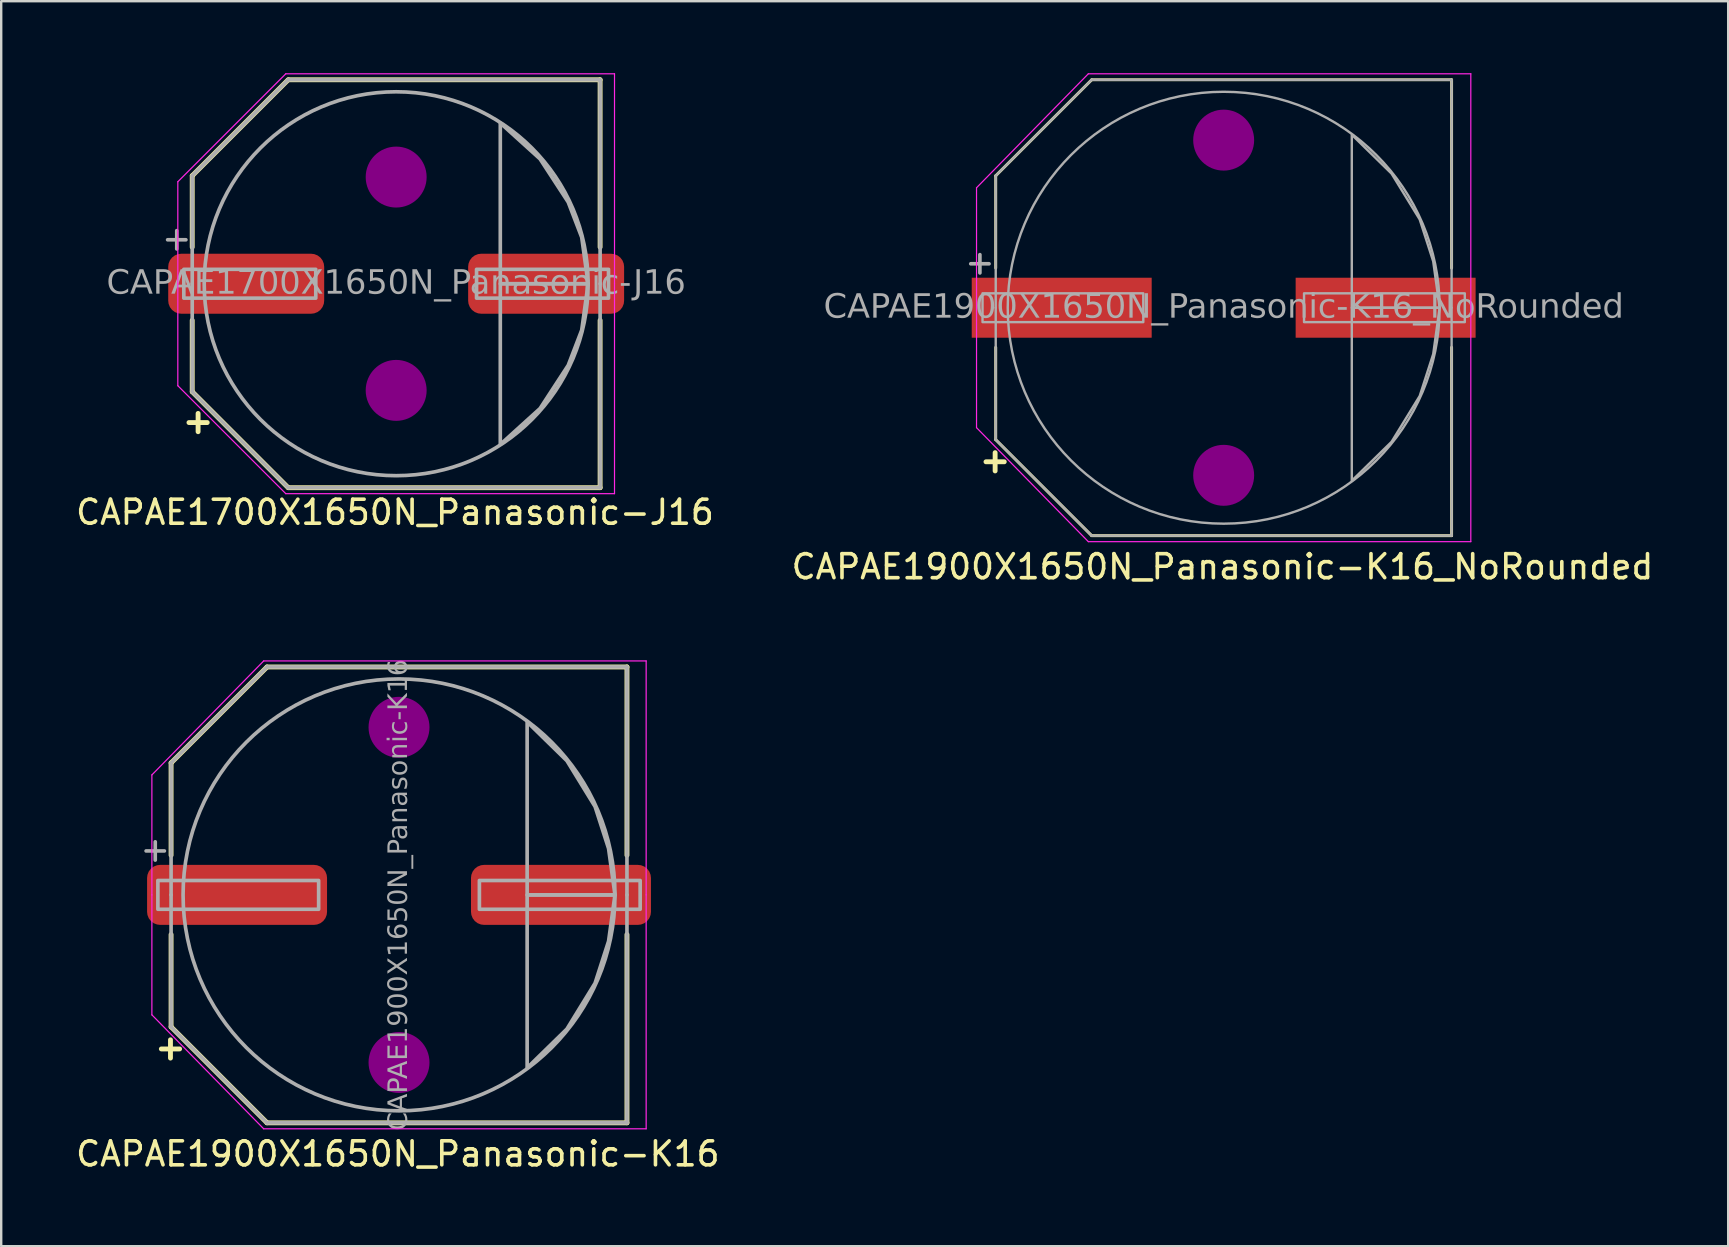
<source format=kicad_pcb>
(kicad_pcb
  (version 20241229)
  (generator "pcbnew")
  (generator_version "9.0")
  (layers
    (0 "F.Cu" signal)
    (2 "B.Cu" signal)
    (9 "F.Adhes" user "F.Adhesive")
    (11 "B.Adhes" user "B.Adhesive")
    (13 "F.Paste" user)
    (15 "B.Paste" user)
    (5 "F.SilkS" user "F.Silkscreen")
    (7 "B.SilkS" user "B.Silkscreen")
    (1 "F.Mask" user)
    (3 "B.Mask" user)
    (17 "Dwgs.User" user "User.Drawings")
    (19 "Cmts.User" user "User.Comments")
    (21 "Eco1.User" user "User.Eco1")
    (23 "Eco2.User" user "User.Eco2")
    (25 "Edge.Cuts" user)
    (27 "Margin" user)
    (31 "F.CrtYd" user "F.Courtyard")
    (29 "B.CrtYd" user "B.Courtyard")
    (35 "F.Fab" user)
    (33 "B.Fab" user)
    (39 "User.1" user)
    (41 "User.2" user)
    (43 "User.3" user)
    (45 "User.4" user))
  (footprint "CAPAE1900X1650N_Panasonic-K16"
    (layer "F.Cu")
    (at 13.58 34.246)
    (property "Reference" "CAPAE1900X1650N_Panasonic-K16" (at -0.05 10.795 0) (layer "F.SilkS") (effects (font (size 1 1) (thickness 0.15))))
    (attr smd)
    (fp_line (start -9.5 -5.5) (end -5.502 -9.498) (stroke (width 0.203) (type default)) (layer "F.SilkS"))
    (fp_line (start -9.5 -1.651) (end -9.5 -5.5) (stroke (width 0.203) (type default)) (layer "F.SilkS"))
    (fp_line (start -9.5 1.651) (end -9.5 5.5) (stroke (width 0.203) (type default)) (layer "F.SilkS"))
    (fp_line (start -9.5 5.5) (end -5.502 9.498) (stroke (width 0.203) (type default)) (layer "F.SilkS"))
    (fp_line (start -5.5 -9.5) (end 9.5 -9.5) (stroke (width 0.203) (type solid)) (layer "F.SilkS"))
    (fp_line (start -5.5 9.5) (end 9.5 9.5) (stroke (width 0.203) (type solid)) (layer "F.SilkS"))
    (fp_line (start 9.5 -1.651) (end 9.5 -9.5) (stroke (width 0.203) (type solid)) (layer "F.SilkS"))
    (fp_line (start 9.5 1.651) (end 9.5 9.5) (stroke (width 0.203) (type solid)) (layer "F.SilkS"))
    (fp_circle (center 0 -6.985) (end 1.27 -6.985) (stroke (width 0) (type solid)) (fill yes) (layer "F.Adhes"))
    (fp_circle (center 0 6.985) (end 1.27 6.985) (stroke (width 0) (type solid)) (fill yes) (layer "F.Adhes"))
    (fp_line (start -10.3 -5) (end -10.3 0) (stroke (width 0.05) (type solid)) (layer "F.CrtYd"))
    (fp_line (start -10.3 5) (end -10.3 0) (stroke (width 0.05) (type solid)) (layer "F.CrtYd"))
    (fp_line (start -5.64 -9.75) (end -10.3 -5) (stroke (width 0.05) (type default)) (layer "F.CrtYd"))
    (fp_line (start -5.64 -9.75) (end 10.3 -9.75) (stroke (width 0.05) (type solid)) (layer "F.CrtYd"))
    (fp_line (start -5.64 9.75) (end -10.3 5) (stroke (width 0.05) (type default)) (layer "F.CrtYd"))
    (fp_line (start -5.64 9.75) (end 10.3 9.75) (stroke (width 0.05) (type solid)) (layer "F.CrtYd"))
    (fp_line (start 10.3 -9.75) (end 10.3 0) (stroke (width 0.05) (type solid)) (layer "F.CrtYd"))
    (fp_line (start 10.3 9.75) (end 10.3 0) (stroke (width 0.05) (type solid)) (layer "F.CrtYd"))
    (fp_line (start -9.5 -5.5) (end -9.5 0) (stroke (width 0.152) (type solid)) (layer "F.Fab"))
    (fp_line (start -9.5 -5.5) (end -5.5 -9.5) (stroke (width 0.152) (type default)) (layer "F.Fab"))
    (fp_line (start -9.5 5.5) (end -9.5 0) (stroke (width 0.152) (type solid)) (layer "F.Fab"))
    (fp_line (start -9.5 5.5) (end -5.5 9.5) (stroke (width 0.152) (type default)) (layer "F.Fab"))
    (fp_line (start -5.5 -9.5) (end 9.5 -9.5) (stroke (width 0.152) (type solid)) (layer "F.Fab"))
    (fp_line (start -5.5 9.5) (end 9.5 9.5) (stroke (width 0.152) (type solid)) (layer "F.Fab"))
    (fp_line (start 9.5 -9.5) (end 9.5 0) (stroke (width 0.152) (type solid)) (layer "F.Fab"))
    (fp_line (start 9.5 9.5) (end 9.5 0) (stroke (width 0.152) (type solid)) (layer "F.Fab"))
    (fp_rect (start -10.05 0.6) (end -3.35 -0.6) (stroke (width 0.152) (type solid)) (fill no) (layer "F.Fab"))
    (fp_rect (start 3.35 0.6) (end 10.05 -0.6) (stroke (width 0.152) (type solid)) (fill no) (layer "F.Fab"))
    (fp_circle (center 0 0) (end 9 0) (stroke (width 0.152) (type default)) (fill no) (layer "F.Fab"))
    (fp_poly (pts (xy 5.34 -7.21) (xy 6.997 -5.59) (xy 8.17 -3.68) (xy 8.733 -1.933) (xy 9 0) (xy 5.34 0)) (stroke (width 0.152) (type solid)) (fill no) (layer "F.Fab"))
    (fp_poly (pts (xy 5.34 7.21) (xy 6.997 5.59) (xy 8.17 3.68) (xy 8.733 1.933) (xy 9 0) (xy 5.34 0)) (stroke (width 0.152) (type solid)) (fill no) (layer "F.Fab"))
    (fp_text user "+" (at -9.525 6.35 0) (unlocked yes) (layer "F.SilkS") (effects (font (size 1 1) (thickness 0.203) (bold yes))))
    (fp_text user "${REFERENCE}" (at 0 0 90) (layer "F.Fab") (effects (font (face "Tahoma") (size 0.8 0.8) (thickness 0.12))))
    (fp_text user "+" (at -10.16 -1.905 0) (unlocked yes) (layer "F.Fab") (effects (font (size 1 1) (thickness 0.152))))
    (pad "1" smd roundrect (at -6.75 0) (size 7.5 2.5) (layers "F.Cu" "F.Mask" "F.Paste") (roundrect_rratio 0.217))
    (pad "2" smd roundrect (at 6.75 0) (size 7.5 2.5) (layers "F.Cu" "F.Mask" "F.Paste") (roundrect_rratio 0.217)))
  (footprint "CAPAE1900X1650N_Panasonic-K16_NoRounded"
    (layer "F.Cu")
    (at 47.949 9.775)
    (property "Reference" "CAPAE1900X1650N_Panasonic-K16_NoRounded" (at -0.05 10.795 0) (layer "F.SilkS") (effects (font (size 1 1) (thickness 0.15))))
    (attr smd)
    (fp_line (start -9.5 -5.5) (end -5.502 -9.498) (stroke (width 0.12) (type default)) (layer "F.SilkS"))
    (fp_line (start -9.5 -1.651) (end -9.5 -5.5) (stroke (width 0.12) (type default)) (layer "F.SilkS"))
    (fp_line (start -9.5 1.651) (end -9.5 5.5) (stroke (width 0.12) (type default)) (layer "F.SilkS"))
    (fp_line (start -9.5 5.5) (end -5.502 9.498) (stroke (width 0.12) (type default)) (layer "F.SilkS"))
    (fp_line (start -5.5 -9.5) (end 9.5 -9.5) (stroke (width 0.12) (type solid)) (layer "F.SilkS"))
    (fp_line (start -5.5 9.5) (end 9.5 9.5) (stroke (width 0.12) (type solid)) (layer "F.SilkS"))
    (fp_line (start 9.5 -1.651) (end 9.5 -9.5) (stroke (width 0.12) (type solid)) (layer "F.SilkS"))
    (fp_line (start 9.5 1.651) (end 9.5 9.5) (stroke (width 0.12) (type solid)) (layer "F.SilkS"))
    (fp_circle (center 0 -6.985) (end 1.27 -6.985) (stroke (width 0) (type solid)) (fill yes) (layer "F.Adhes"))
    (fp_circle (center 0 6.985) (end 1.27 6.985) (stroke (width 0) (type solid)) (fill yes) (layer "F.Adhes"))
    (fp_line (start -10.3 -5) (end -10.3 0) (stroke (width 0.05) (type solid)) (layer "F.CrtYd"))
    (fp_line (start -10.3 5) (end -10.3 0) (stroke (width 0.05) (type solid)) (layer "F.CrtYd"))
    (fp_line (start -5.64 -9.75) (end -10.3 -5) (stroke (width 0.05) (type default)) (layer "F.CrtYd"))
    (fp_line (start -5.64 -9.75) (end 10.3 -9.75) (stroke (width 0.05) (type solid)) (layer "F.CrtYd"))
    (fp_line (start -5.64 9.75) (end -10.3 5) (stroke (width 0.05) (type default)) (layer "F.CrtYd"))
    (fp_line (start -5.64 9.75) (end 10.3 9.75) (stroke (width 0.05) (type solid)) (layer "F.CrtYd"))
    (fp_line (start 10.3 -9.75) (end 10.3 0) (stroke (width 0.05) (type solid)) (layer "F.CrtYd"))
    (fp_line (start 10.3 9.75) (end 10.3 0) (stroke (width 0.05) (type solid)) (layer "F.CrtYd"))
    (fp_line (start -9.5 -5.5) (end -9.5 0) (stroke (width 0.1) (type solid)) (layer "F.Fab"))
    (fp_line (start -9.5 -5.5) (end -5.5 -9.5) (stroke (width 0.1) (type default)) (layer "F.Fab"))
    (fp_line (start -9.5 5.5) (end -9.5 0) (stroke (width 0.1) (type solid)) (layer "F.Fab"))
    (fp_line (start -9.5 5.5) (end -5.5 9.5) (stroke (width 0.1) (type default)) (layer "F.Fab"))
    (fp_line (start -5.5 -9.5) (end 9.5 -9.5) (stroke (width 0.1) (type solid)) (layer "F.Fab"))
    (fp_line (start -5.5 9.5) (end 9.5 9.5) (stroke (width 0.1) (type solid)) (layer "F.Fab"))
    (fp_line (start 9.5 -9.5) (end 9.5 0) (stroke (width 0.1) (type solid)) (layer "F.Fab"))
    (fp_line (start 9.5 9.5) (end 9.5 0) (stroke (width 0.1) (type solid)) (layer "F.Fab"))
    (fp_rect (start -10.05 0.6) (end -3.35 -0.6) (stroke (width 0.1) (type solid)) (fill no) (layer "F.Fab"))
    (fp_rect (start 3.35 0.6) (end 10.05 -0.6) (stroke (width 0.1) (type solid)) (fill no) (layer "F.Fab"))
    (fp_circle (center 0 0) (end 9 0) (stroke (width 0.1) (type default)) (fill no) (layer "F.Fab"))
    (fp_poly (pts (xy 5.34 -7.21) (xy 6.997 -5.59) (xy 8.17 -3.68) (xy 8.733 -1.933) (xy 9 0) (xy 5.34 0)) (stroke (width 0.1) (type solid)) (fill no) (layer "F.Fab"))
    (fp_poly (pts (xy 5.34 7.21) (xy 6.997 5.59) (xy 8.17 3.68) (xy 8.733 1.933) (xy 9 0) (xy 5.34 0)) (stroke (width 0.1) (type solid)) (fill no) (layer "F.Fab"))
    (fp_text user "+" (at -9.525 6.35 0) (unlocked yes) (layer "F.SilkS") (effects (font (size 1 1) (thickness 0.203) (bold yes))))
    (fp_text user "+" (at -10.16 -1.905 0) (unlocked yes) (layer "F.Fab") (effects (font (size 1 1) (thickness 0.152))))
    (fp_text user "${REFERENCE}" (at 0 0 0) (layer "F.Fab") (effects (font (face "Tahoma") (size 1 1) (thickness 0.15))))
    (pad "1" smd rect (at -6.75 0) (size 7.5 2.5) (layers "F.Cu" "F.Mask" "F.Paste"))
    (pad "2" smd rect (at 6.75 0) (size 7.5 2.5) (layers "F.Cu" "F.Mask" "F.Paste")))
  (footprint "CAPAE1700X1650N_Panasonic-J16"
    (layer "F.Cu")
    (at 13.461 8.775)
    (property "Reference" "CAPAE1700X1650N_Panasonic-J16" (at -0.05 9.525 0) (layer "F.SilkS") (effects (font (size 1 1) (thickness 0.15))))
    (attr smd)
    (fp_line (start -8.5 -1.524) (end -8.5 -4.5) (stroke (width 0.203) (type default)) (layer "F.SilkS"))
    (fp_line (start -8.5 1.524) (end -8.5 4.5) (stroke (width 0.203) (type default)) (layer "F.SilkS"))
    (fp_line (start -8.498 -4.502) (end -4.5 -8.5) (stroke (width 0.203) (type default)) (layer "F.SilkS"))
    (fp_line (start -8.498 4.502) (end -4.5 8.5) (stroke (width 0.203) (type default)) (layer "F.SilkS"))
    (fp_line (start -4.49 -8.5) (end 8.5 -8.5) (stroke (width 0.203) (type solid)) (layer "F.SilkS"))
    (fp_line (start -4.49 8.5) (end 8.5 8.5) (stroke (width 0.203) (type solid)) (layer "F.SilkS"))
    (fp_line (start 8.5 -1.524) (end 8.5 -8.5) (stroke (width 0.203) (type solid)) (layer "F.SilkS"))
    (fp_line (start 8.5 1.524) (end 8.5 8.5) (stroke (width 0.203) (type solid)) (layer "F.SilkS"))
    (fp_circle (center 0 -4.445) (end 1.27 -4.445) (stroke (width 0) (type solid)) (fill yes) (layer "F.Adhes"))
    (fp_circle (center 0 4.445) (end 1.27 4.445) (stroke (width 0) (type solid)) (fill yes) (layer "F.Adhes"))
    (fp_line (start -9.1 -4.25) (end -9.1 0) (stroke (width 0.05) (type solid)) (layer "F.CrtYd"))
    (fp_line (start -9.1 4.25) (end -9.1 0) (stroke (width 0.05) (type solid)) (layer "F.CrtYd"))
    (fp_line (start -4.6 -8.75) (end -9.1 -4.25) (stroke (width 0.05) (type default)) (layer "F.CrtYd"))
    (fp_line (start -4.6 -8.75) (end 9.1 -8.75) (stroke (width 0.05) (type solid)) (layer "F.CrtYd"))
    (fp_line (start -4.6 8.75) (end -9.1 4.25) (stroke (width 0.05) (type default)) (layer "F.CrtYd"))
    (fp_line (start -4.6 8.75) (end 9.1 8.75) (stroke (width 0.05) (type solid)) (layer "F.CrtYd"))
    (fp_line (start 9.1 -8.75) (end 9.1 0) (stroke (width 0.05) (type solid)) (layer "F.CrtYd"))
    (fp_line (start 9.1 8.75) (end 9.1 0) (stroke (width 0.05) (type solid)) (layer "F.CrtYd"))
    (fp_line (start -8.5 -4.5) (end -8.5 0) (stroke (width 0.152) (type solid)) (layer "F.Fab"))
    (fp_line (start -8.5 -4.5) (end -4.5 -8.5) (stroke (width 0.152) (type default)) (layer "F.Fab"))
    (fp_line (start -8.5 4.5) (end -8.5 0) (stroke (width 0.152) (type solid)) (layer "F.Fab"))
    (fp_line (start -8.5 4.5) (end -4.5 8.5) (stroke (width 0.152) (type default)) (layer "F.Fab"))
    (fp_line (start -4.5 -8.5) (end 8.5 -8.5) (stroke (width 0.152) (type solid)) (layer "F.Fab"))
    (fp_line (start -4.5 8.5) (end 8.5 8.5) (stroke (width 0.152) (type solid)) (layer "F.Fab"))
    (fp_line (start 8.5 -8.5) (end 8.5 0) (stroke (width 0.152) (type solid)) (layer "F.Fab"))
    (fp_line (start 8.5 8.5) (end 8.5 0) (stroke (width 0.152) (type solid)) (layer "F.Fab"))
    (fp_rect (start -8.85 0.6) (end -3.35 -0.6) (stroke (width 0.152) (type solid)) (fill no) (layer "F.Fab"))
    (fp_rect (start 3.35 0.6) (end 8.85 -0.6) (stroke (width 0.152) (type solid)) (fill no) (layer "F.Fab"))
    (fp_circle (center 0 0) (end 8 0) (stroke (width 0.152) (type default)) (fill no) (layer "F.Fab"))
    (fp_poly (pts (xy 4.34 -6.7) (xy 5.997 -5.2) (xy 7.17 -3.4) (xy 7.733 -1.933) (xy 8 0) (xy 4.34 0)) (stroke (width 0.152) (type solid)) (fill no) (layer "F.Fab"))
    (fp_poly (pts (xy 4.34 6.7) (xy 5.997 5.2) (xy 7.17 3.4) (xy 7.733 1.933) (xy 8 0) (xy 4.34 0)) (stroke (width 0.152) (type solid)) (fill no) (layer "F.Fab"))
    (fp_text user "+" (at -8.255 5.715 0) (unlocked yes) (layer "F.SilkS") (effects (font (size 1 1) (thickness 0.203) (bold yes))))
    (fp_text user "${REFERENCE}" (at 0 0 0) (layer "F.Fab") (effects (font (face "Tahoma") (size 1 1) (thickness 0.15))))
    (fp_text user "+" (at -9.144 -1.905 0) (unlocked yes) (layer "F.Fab") (effects (font (size 1 1) (thickness 0.152))))
    (pad "1" smd roundrect (at -6.25 0) (size 6.5 2.5) (layers "F.Cu" "F.Mask" "F.Paste") (roundrect_rratio 0.217))
    (pad "2" smd roundrect (at 6.25 0) (size 6.5 2.5) (layers "F.Cu" "F.Mask" "F.Paste") (roundrect_rratio 0.217)))
  (gr_rect
    (start -3 -3)
    (end 68.976 48.889)
    (stroke (width 0.1) (type default))
    (fill no)
    (layer "Edge.Cuts")))
</source>
